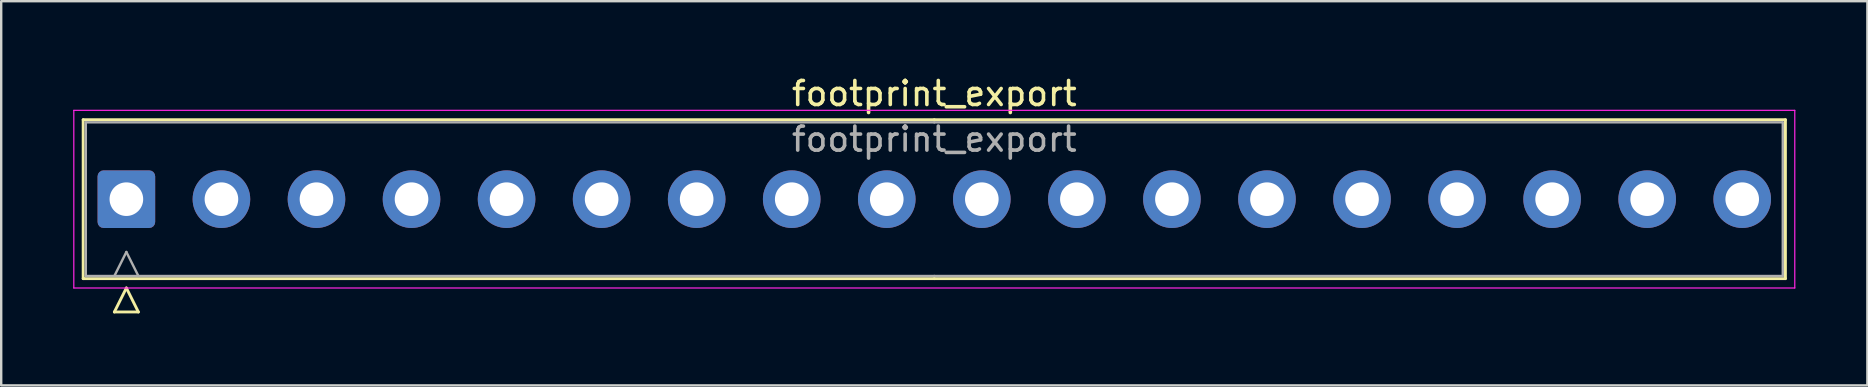
<source format=kicad_pcb>
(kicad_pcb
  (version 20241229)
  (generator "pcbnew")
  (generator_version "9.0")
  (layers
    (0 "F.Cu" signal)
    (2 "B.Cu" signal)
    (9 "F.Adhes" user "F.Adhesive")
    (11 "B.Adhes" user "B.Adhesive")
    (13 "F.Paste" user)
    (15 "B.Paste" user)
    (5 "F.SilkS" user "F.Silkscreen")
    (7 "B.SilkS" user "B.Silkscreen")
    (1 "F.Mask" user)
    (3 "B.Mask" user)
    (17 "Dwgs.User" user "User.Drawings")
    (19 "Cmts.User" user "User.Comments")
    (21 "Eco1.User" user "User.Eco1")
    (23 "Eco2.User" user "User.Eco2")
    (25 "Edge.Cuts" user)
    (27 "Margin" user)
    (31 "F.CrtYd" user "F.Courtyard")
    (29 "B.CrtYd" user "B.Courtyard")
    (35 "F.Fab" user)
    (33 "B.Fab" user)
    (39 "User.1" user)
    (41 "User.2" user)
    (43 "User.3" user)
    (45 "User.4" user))
  (footprint "footprint_export"
    (layer "F.Cu")
    (at 2.215 5.248)
    (property "Reference" "footprint_export" (at 33.66 -4.4 0) (layer "F.SilkS") (effects (font (size 1 1) (thickness 0.15))))
    (attr through_hole)
    (fp_line (start -1.8 -3.31) (end -1.8 3.31) (stroke (width 0.12) (type solid)) (layer "F.SilkS"))
    (fp_line (start -1.8 3.31) (end 33.66 3.31) (stroke (width 0.12) (type solid)) (layer "F.SilkS"))
    (fp_line (start -0.5 4.7) (end 0 3.7) (stroke (width 0.12) (type solid)) (layer "F.SilkS"))
    (fp_line (start 0 3.7) (end 0.5 4.7) (stroke (width 0.12) (type solid)) (layer "F.SilkS"))
    (fp_line (start 0.5 4.7) (end -0.5 4.7) (stroke (width 0.12) (type solid)) (layer "F.SilkS"))
    (fp_line (start 33.66 -3.31) (end -1.8 -3.31) (stroke (width 0.12) (type solid)) (layer "F.SilkS"))
    (fp_line (start 33.66 -3.31) (end 69.12 -3.31) (stroke (width 0.12) (type solid)) (layer "F.SilkS"))
    (fp_line (start 69.12 -3.31) (end 69.12 3.31) (stroke (width 0.12) (type solid)) (layer "F.SilkS"))
    (fp_line (start 69.12 3.31) (end 33.66 3.31) (stroke (width 0.12) (type solid)) (layer "F.SilkS"))
    (fp_line (start -2.19 -3.7) (end -2.19 3.7) (stroke (width 0.05) (type solid)) (layer "F.CrtYd"))
    (fp_line (start -2.19 3.7) (end 69.51 3.7) (stroke (width 0.05) (type solid)) (layer "F.CrtYd"))
    (fp_line (start 69.51 -3.7) (end -2.19 -3.7) (stroke (width 0.05) (type solid)) (layer "F.CrtYd"))
    (fp_line (start 69.51 3.7) (end 69.51 -3.7) (stroke (width 0.05) (type solid)) (layer "F.CrtYd"))
    (fp_line (start -1.69 -3.2) (end -1.69 3.2) (stroke (width 0.1) (type solid)) (layer "F.Fab"))
    (fp_line (start -1.69 3.2) (end 33.66 3.2) (stroke (width 0.1) (type solid)) (layer "F.Fab"))
    (fp_line (start -0.5 3.2) (end 0 2.2) (stroke (width 0.1) (type solid)) (layer "F.Fab"))
    (fp_line (start 0 2.2) (end 0.5 3.2) (stroke (width 0.1) (type solid)) (layer "F.Fab"))
    (fp_line (start 33.66 -3.2) (end -1.69 -3.2) (stroke (width 0.1) (type solid)) (layer "F.Fab"))
    (fp_line (start 33.66 -3.2) (end 69.01 -3.2) (stroke (width 0.1) (type solid)) (layer "F.Fab"))
    (fp_line (start 69.01 -3.2) (end 69.01 3.2) (stroke (width 0.1) (type solid)) (layer "F.Fab"))
    (fp_line (start 69.01 3.2) (end 33.66 3.2) (stroke (width 0.1) (type solid)) (layer "F.Fab"))
    (fp_text user "${REFERENCE}" (at 33.66 -2.5 0) (layer "F.Fab") (effects (font (size 1 1) (thickness 0.15))))
    (pad "1" thru_hole roundrect (at 0 0) (size 2.4 2.4) (drill 1.4) (layers "*.Cu" "*.Mask") (roundrect_rratio 0.104))
    (pad "2" thru_hole circle (at 3.96 0) (size 2.4 2.4) (drill 1.4) (layers "*.Cu" "*.Mask"))
    (pad "3" thru_hole circle (at 7.92 0) (size 2.4 2.4) (drill 1.4) (layers "*.Cu" "*.Mask"))
    (pad "4" thru_hole circle (at 11.88 0) (size 2.4 2.4) (drill 1.4) (layers "*.Cu" "*.Mask"))
    (pad "5" thru_hole circle (at 15.84 0) (size 2.4 2.4) (drill 1.4) (layers "*.Cu" "*.Mask"))
    (pad "6" thru_hole circle (at 19.8 0) (size 2.4 2.4) (drill 1.4) (layers "*.Cu" "*.Mask"))
    (pad "7" thru_hole circle (at 23.76 0) (size 2.4 2.4) (drill 1.4) (layers "*.Cu" "*.Mask"))
    (pad "8" thru_hole circle (at 27.72 0) (size 2.4 2.4) (drill 1.4) (layers "*.Cu" "*.Mask"))
    (pad "9" thru_hole circle (at 31.68 0) (size 2.4 2.4) (drill 1.4) (layers "*.Cu" "*.Mask"))
    (pad "10" thru_hole circle (at 35.64 0) (size 2.4 2.4) (drill 1.4) (layers "*.Cu" "*.Mask"))
    (pad "11" thru_hole circle (at 39.6 0) (size 2.4 2.4) (drill 1.4) (layers "*.Cu" "*.Mask"))
    (pad "12" thru_hole circle (at 43.56 0) (size 2.4 2.4) (drill 1.4) (layers "*.Cu" "*.Mask"))
    (pad "13" thru_hole circle (at 47.52 0) (size 2.4 2.4) (drill 1.4) (layers "*.Cu" "*.Mask"))
    (pad "14" thru_hole circle (at 51.48 0) (size 2.4 2.4) (drill 1.4) (layers "*.Cu" "*.Mask"))
    (pad "15" thru_hole circle (at 55.44 0) (size 2.4 2.4) (drill 1.4) (layers "*.Cu" "*.Mask"))
    (pad "16" thru_hole circle (at 59.4 0) (size 2.4 2.4) (drill 1.4) (layers "*.Cu" "*.Mask"))
    (pad "17" thru_hole circle (at 63.36 0) (size 2.4 2.4) (drill 1.4) (layers "*.Cu" "*.Mask"))
    (pad "18" thru_hole circle (at 67.32 0) (size 2.4 2.4) (drill 1.4) (layers "*.Cu" "*.Mask")))
  (gr_rect
    (start -3 -3)
    (end 74.75 13.008)
    (stroke (width 0.1) (type default))
    (fill no)
    (layer "Edge.Cuts")))
</source>
